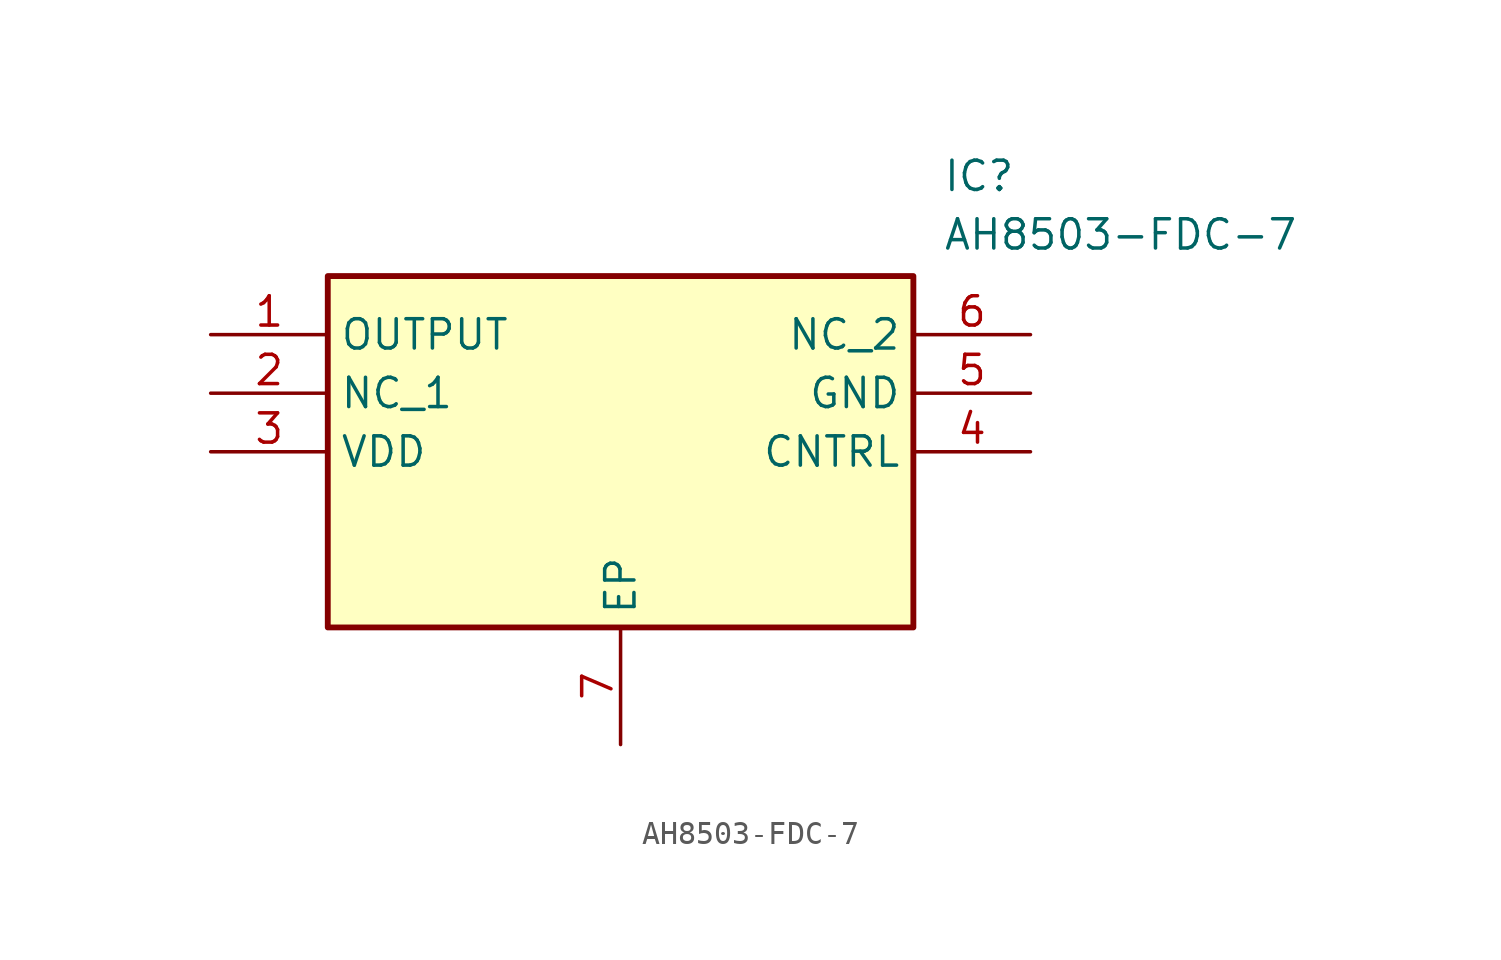
<source format=kicad_sym>
(kicad_symbol_lib
  (version 20211014)
  (generator SamacSys_ECAD_Model)
  (symbol "AH8503-FDC-7"
    (property "Reference" "IC"
      (at 31.75 7.62 0)
      (effects (font (size 1.27 1.27)) (justify left top)))
    (property "Value" "AH8503-FDC-7"
      (at 31.75 5.08 0)
      (effects (font (size 1.27 1.27)) (justify left top)))
    (rectangle
      (start 5.08 2.54)
      (end 30.48 -12.7)
      (stroke (width 0.254) (type default))
      (fill (type background)))
    (pin passive line
      (at 0 0 0)
      (length 5.08)
      (name "OUTPUT" (effects (font (size 1.27 1.27))))
      (number "1" (effects (font (size 1.27 1.27)))))
    (pin passive line
      (at 0 -2.54 0)
      (length 5.08)
      (name "NC_1" (effects (font (size 1.27 1.27))))
      (number "2" (effects (font (size 1.27 1.27)))))
    (pin passive line
      (at 0 -5.08 0)
      (length 5.08)
      (name "VDD" (effects (font (size 1.27 1.27))))
      (number "3" (effects (font (size 1.27 1.27)))))
    (pin passive line
      (at 17.78 -17.78 90)
      (length 5.08)
      (name "EP" (effects (font (size 1.27 1.27))))
      (number "7" (effects (font (size 1.27 1.27)))))
    (pin passive line
      (at 35.56 0 180)
      (length 5.08)
      (name "NC_2" (effects (font (size 1.27 1.27))))
      (number "6" (effects (font (size 1.27 1.27)))))
    (pin passive line
      (at 35.56 -2.54 180)
      (length 5.08)
      (name "GND" (effects (font (size 1.27 1.27))))
      (number "5" (effects (font (size 1.27 1.27)))))
    (pin passive line
      (at 35.56 -5.08 180)
      (length 5.08)
      (name "CNTRL" (effects (font (size 1.27 1.27))))
      (number "4" (effects (font (size 1.27 1.27)))))))
</source>
